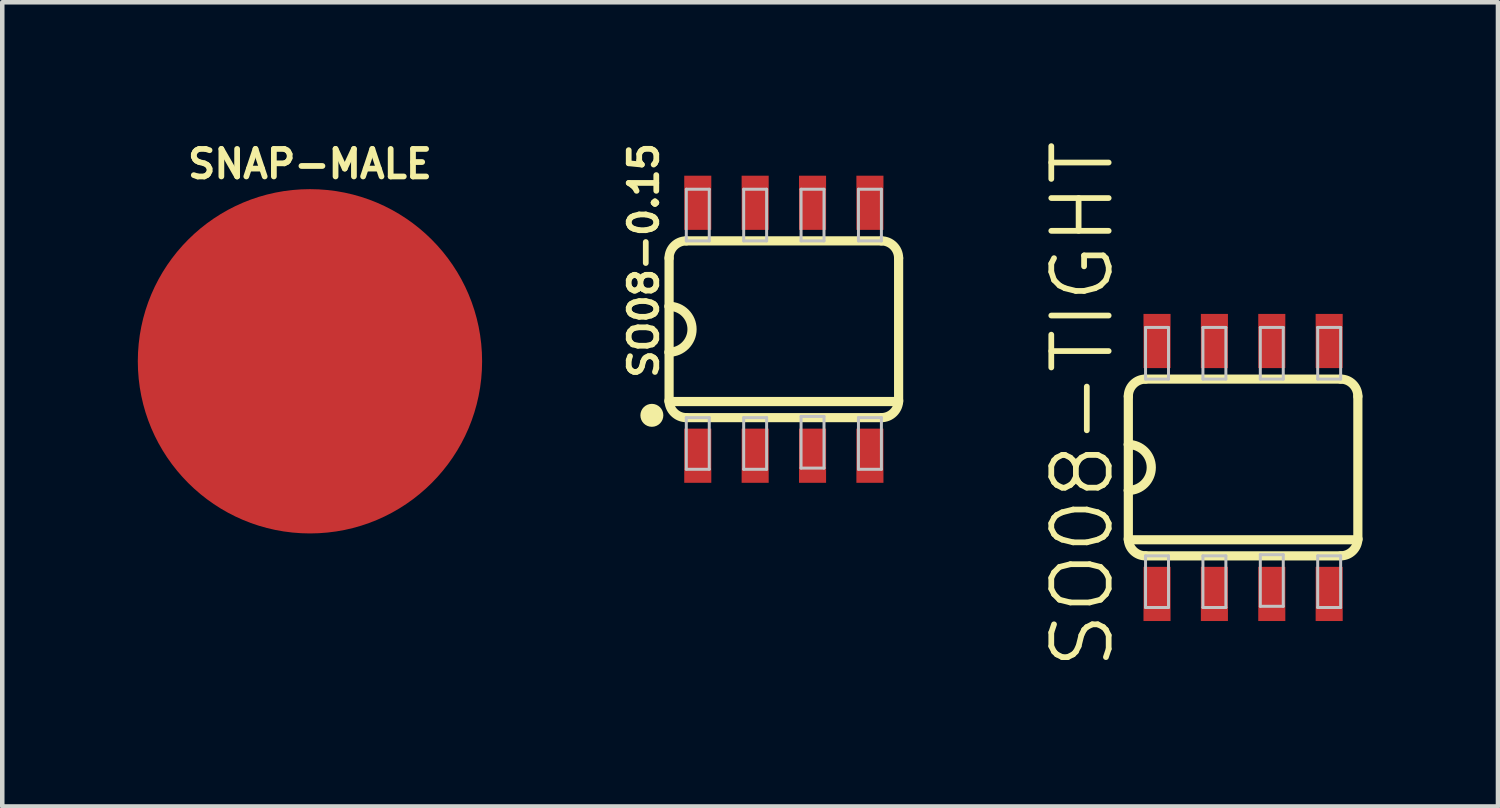
<source format=kicad_pcb>
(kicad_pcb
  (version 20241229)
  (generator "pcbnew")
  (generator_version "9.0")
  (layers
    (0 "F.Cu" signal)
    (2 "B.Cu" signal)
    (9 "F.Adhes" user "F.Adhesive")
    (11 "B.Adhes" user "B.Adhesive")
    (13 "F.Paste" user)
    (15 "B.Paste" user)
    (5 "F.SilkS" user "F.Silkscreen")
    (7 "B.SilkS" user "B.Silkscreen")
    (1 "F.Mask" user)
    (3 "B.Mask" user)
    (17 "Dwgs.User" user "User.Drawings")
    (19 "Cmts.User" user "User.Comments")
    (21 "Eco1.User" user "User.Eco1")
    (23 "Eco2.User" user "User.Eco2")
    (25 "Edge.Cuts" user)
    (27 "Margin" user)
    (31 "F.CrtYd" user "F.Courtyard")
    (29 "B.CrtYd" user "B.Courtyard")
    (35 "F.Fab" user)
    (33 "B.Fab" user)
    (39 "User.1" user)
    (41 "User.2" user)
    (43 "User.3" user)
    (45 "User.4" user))
  (footprint "SNAP-MALE"
    (layer "F.Cu")
    (at 3.81 4.946)
    (property "Reference" "SNAP-MALE" (at 0 -4.366 0) (layer "F.SilkS") (effects (font (size 0.61 0.61) (thickness 0.127))))
    (attr smd)
    (pad "2" smd circle (at 0 0) (size 7.62 7.62) (layers "F.Cu" "F.Mask" "F.Paste")))
  (footprint "SO08-TIGHT"
    (layer "F.Cu")
    (at 24.462 7.296)
    (property "Reference" "SO08-TIGHT" (at -3.556 -1.397 90) (layer "F.SilkS") (effects (font (size 1.27 1.27) (thickness 0.127))))
    (attr smd)
    (fp_line (start -2.54 -1.575) (end -2.54 -0.508) (stroke (width 0.203) (type solid)) (layer "F.SilkS"))
    (fp_line (start -2.54 -0.508) (end -2.54 0.508) (stroke (width 0.203) (type solid)) (layer "F.SilkS"))
    (fp_line (start -2.54 0.508) (end -2.54 1.575) (stroke (width 0.203) (type solid)) (layer "F.SilkS"))
    (fp_line (start -2.54 1.6) (end 2.54 1.6) (stroke (width 0.203) (type solid)) (layer "F.SilkS"))
    (fp_line (start -2.159 1.956) (end 2.159 1.956) (stroke (width 0.203) (type solid)) (layer "F.SilkS"))
    (fp_line (start 2.159 -1.956) (end -2.159 -1.956) (stroke (width 0.203) (type solid)) (layer "F.SilkS"))
    (fp_line (start 2.54 1.575) (end 2.54 -1.575) (stroke (width 0.203) (type solid)) (layer "F.SilkS"))
    (fp_arc (start -2.54 -1.5748) (mid -2.428408 -1.844208) (end -2.159 -1.9558) (stroke (width 0.2032) (type solid)) (layer "F.SilkS"))
    (fp_arc (start -2.54 -0.508) (mid -2.032 0) (end -2.54 0.508) (stroke (width 0.2032) (type solid)) (layer "F.SilkS"))
    (fp_arc (start -2.159 1.9558) (mid -2.428408 1.844208) (end -2.54 1.5748) (stroke (width 0.2032) (type solid)) (layer "F.SilkS"))
    (fp_arc (start 2.159 -1.9558) (mid 2.428408 -1.844208) (end 2.54 -1.5748) (stroke (width 0.2032) (type solid)) (layer "F.SilkS"))
    (fp_arc (start 2.54 1.5748) (mid 2.428408 1.844208) (end 2.159 1.9558) (stroke (width 0.2032) (type solid)) (layer "F.SilkS"))
    (fp_line (start -2.159 -3.099) (end -1.651 -3.099) (stroke (width 0.066) (type solid)) (layer "Dwgs.User"))
    (fp_line (start -2.159 -1.956) (end -2.159 -3.099) (stroke (width 0.066) (type solid)) (layer "Dwgs.User"))
    (fp_line (start -2.159 -1.956) (end -1.651 -1.956) (stroke (width 0.066) (type solid)) (layer "Dwgs.User"))
    (fp_line (start -2.159 1.956) (end -1.651 1.956) (stroke (width 0.066) (type solid)) (layer "Dwgs.User"))
    (fp_line (start -2.159 3.099) (end -2.159 1.956) (stroke (width 0.066) (type solid)) (layer "Dwgs.User"))
    (fp_line (start -2.159 3.099) (end -1.651 3.099) (stroke (width 0.066) (type solid)) (layer "Dwgs.User"))
    (fp_line (start -1.651 -1.956) (end -1.651 -3.099) (stroke (width 0.066) (type solid)) (layer "Dwgs.User"))
    (fp_line (start -1.651 3.099) (end -1.651 1.956) (stroke (width 0.066) (type solid)) (layer "Dwgs.User"))
    (fp_line (start -0.889 -3.099) (end -0.381 -3.099) (stroke (width 0.066) (type solid)) (layer "Dwgs.User"))
    (fp_line (start -0.889 -1.956) (end -0.889 -3.099) (stroke (width 0.066) (type solid)) (layer "Dwgs.User"))
    (fp_line (start -0.889 -1.956) (end -0.381 -1.956) (stroke (width 0.066) (type solid)) (layer "Dwgs.User"))
    (fp_line (start -0.889 1.956) (end -0.381 1.956) (stroke (width 0.066) (type solid)) (layer "Dwgs.User"))
    (fp_line (start -0.889 3.099) (end -0.889 1.956) (stroke (width 0.066) (type solid)) (layer "Dwgs.User"))
    (fp_line (start -0.889 3.099) (end -0.381 3.099) (stroke (width 0.066) (type solid)) (layer "Dwgs.User"))
    (fp_line (start -0.381 -1.956) (end -0.381 -3.099) (stroke (width 0.066) (type solid)) (layer "Dwgs.User"))
    (fp_line (start -0.381 3.099) (end -0.381 1.956) (stroke (width 0.066) (type solid)) (layer "Dwgs.User"))
    (fp_line (start 0.381 -3.099) (end 0.889 -3.099) (stroke (width 0.066) (type solid)) (layer "Dwgs.User"))
    (fp_line (start 0.381 -1.956) (end 0.381 -3.099) (stroke (width 0.066) (type solid)) (layer "Dwgs.User"))
    (fp_line (start 0.381 -1.956) (end 0.889 -1.956) (stroke (width 0.066) (type solid)) (layer "Dwgs.User"))
    (fp_line (start 0.381 1.93) (end 0.889 1.93) (stroke (width 0.066) (type solid)) (layer "Dwgs.User"))
    (fp_line (start 0.381 3.073) (end 0.381 1.93) (stroke (width 0.066) (type solid)) (layer "Dwgs.User"))
    (fp_line (start 0.381 3.073) (end 0.889 3.073) (stroke (width 0.066) (type solid)) (layer "Dwgs.User"))
    (fp_line (start 0.889 -1.956) (end 0.889 -3.099) (stroke (width 0.066) (type solid)) (layer "Dwgs.User"))
    (fp_line (start 0.889 3.073) (end 0.889 1.93) (stroke (width 0.066) (type solid)) (layer "Dwgs.User"))
    (fp_line (start 1.651 -3.099) (end 2.159 -3.099) (stroke (width 0.066) (type solid)) (layer "Dwgs.User"))
    (fp_line (start 1.651 -1.956) (end 1.651 -3.099) (stroke (width 0.066) (type solid)) (layer "Dwgs.User"))
    (fp_line (start 1.651 -1.956) (end 2.159 -1.956) (stroke (width 0.066) (type solid)) (layer "Dwgs.User"))
    (fp_line (start 1.651 1.956) (end 2.159 1.956) (stroke (width 0.066) (type solid)) (layer "Dwgs.User"))
    (fp_line (start 1.651 3.099) (end 1.651 1.956) (stroke (width 0.066) (type solid)) (layer "Dwgs.User"))
    (fp_line (start 1.651 3.099) (end 2.159 3.099) (stroke (width 0.066) (type solid)) (layer "Dwgs.User"))
    (fp_line (start 2.159 -1.956) (end 2.159 -3.099) (stroke (width 0.066) (type solid)) (layer "Dwgs.User"))
    (fp_line (start 2.159 3.099) (end 2.159 1.956) (stroke (width 0.066) (type solid)) (layer "Dwgs.User"))
    (pad "1" smd rect (at -1.905 2.799) (size 0.599 1.199) (layers "F.Cu" "F.Mask" "F.Paste"))
    (pad "2" smd rect (at -0.635 2.799) (size 0.599 1.199) (layers "F.Cu" "F.Mask" "F.Paste"))
    (pad "3" smd rect (at 0.635 2.799) (size 0.599 1.199) (layers "F.Cu" "F.Mask" "F.Paste"))
    (pad "4" smd rect (at 1.905 2.799) (size 0.599 1.199) (layers "F.Cu" "F.Mask" "F.Paste"))
    (pad "5" smd rect (at 1.905 -2.799) (size 0.599 1.199) (layers "F.Cu" "F.Mask" "F.Paste"))
    (pad "6" smd rect (at 0.635 -2.799) (size 0.599 1.199) (layers "F.Cu" "F.Mask" "F.Paste"))
    (pad "7" smd rect (at -0.635 -2.799) (size 0.599 1.199) (layers "F.Cu" "F.Mask" "F.Paste"))
    (pad "8" smd rect (at -1.905 -2.799) (size 0.599 1.199) (layers "F.Cu" "F.Mask" "F.Paste")))
  (footprint "SO08-0.15"
    (layer "F.Cu")
    (at 14.298 4.237)
    (property "Reference" "SO08-0.15" (at -3.099 -1.524 90) (layer "F.SilkS") (effects (font (size 0.61 0.61) (thickness 0.127))))
    (attr smd)
    (fp_line (start -2.54 -1.575) (end -2.54 -0.508) (stroke (width 0.203) (type solid)) (layer "F.SilkS"))
    (fp_line (start -2.54 -0.508) (end -2.54 0.508) (stroke (width 0.203) (type solid)) (layer "F.SilkS"))
    (fp_line (start -2.54 0.508) (end -2.54 1.575) (stroke (width 0.203) (type solid)) (layer "F.SilkS"))
    (fp_line (start -2.54 1.6) (end 2.54 1.6) (stroke (width 0.203) (type solid)) (layer "F.SilkS"))
    (fp_line (start -2.159 1.956) (end 2.159 1.956) (stroke (width 0.203) (type solid)) (layer "F.SilkS"))
    (fp_line (start 2.159 -1.956) (end -2.159 -1.956) (stroke (width 0.203) (type solid)) (layer "F.SilkS"))
    (fp_line (start 2.54 1.575) (end 2.54 -1.575) (stroke (width 0.203) (type solid)) (layer "F.SilkS"))
    (fp_arc (start -2.54 -1.5748) (mid -2.428408 -1.844208) (end -2.159 -1.9558) (stroke (width 0.2032) (type solid)) (layer "F.SilkS"))
    (fp_arc (start -2.54 -0.508) (mid -2.032 0) (end -2.54 0.508) (stroke (width 0.2032) (type solid)) (layer "F.SilkS"))
    (fp_arc (start -2.159 1.9558) (mid -2.428408 1.844208) (end -2.54 1.5748) (stroke (width 0.2032) (type solid)) (layer "F.SilkS"))
    (fp_arc (start 2.159 -1.9558) (mid 2.428408 -1.844208) (end 2.54 -1.5748) (stroke (width 0.2032) (type solid)) (layer "F.SilkS"))
    (fp_arc (start 2.54 1.5748) (mid 2.428408 1.844208) (end 2.159 1.9558) (stroke (width 0.2032) (type solid)) (layer "F.SilkS"))
    (fp_circle (center -2.921 1.905) (end -2.921 1.651) (stroke (width 0) (type solid)) (fill yes) (layer "F.SilkS"))
    (fp_line (start -2.159 -3.099) (end -1.651 -3.099) (stroke (width 0.066) (type solid)) (layer "Dwgs.User"))
    (fp_line (start -2.159 -1.956) (end -2.159 -3.099) (stroke (width 0.066) (type solid)) (layer "Dwgs.User"))
    (fp_line (start -2.159 -1.956) (end -1.651 -1.956) (stroke (width 0.066) (type solid)) (layer "Dwgs.User"))
    (fp_line (start -2.159 1.956) (end -1.651 1.956) (stroke (width 0.066) (type solid)) (layer "Dwgs.User"))
    (fp_line (start -2.159 3.099) (end -2.159 1.956) (stroke (width 0.066) (type solid)) (layer "Dwgs.User"))
    (fp_line (start -2.159 3.099) (end -1.651 3.099) (stroke (width 0.066) (type solid)) (layer "Dwgs.User"))
    (fp_line (start -1.651 -1.956) (end -1.651 -3.099) (stroke (width 0.066) (type solid)) (layer "Dwgs.User"))
    (fp_line (start -1.651 3.099) (end -1.651 1.956) (stroke (width 0.066) (type solid)) (layer "Dwgs.User"))
    (fp_line (start -0.889 -3.099) (end -0.381 -3.099) (stroke (width 0.066) (type solid)) (layer "Dwgs.User"))
    (fp_line (start -0.889 -1.956) (end -0.889 -3.099) (stroke (width 0.066) (type solid)) (layer "Dwgs.User"))
    (fp_line (start -0.889 -1.956) (end -0.381 -1.956) (stroke (width 0.066) (type solid)) (layer "Dwgs.User"))
    (fp_line (start -0.889 1.956) (end -0.381 1.956) (stroke (width 0.066) (type solid)) (layer "Dwgs.User"))
    (fp_line (start -0.889 3.099) (end -0.889 1.956) (stroke (width 0.066) (type solid)) (layer "Dwgs.User"))
    (fp_line (start -0.889 3.099) (end -0.381 3.099) (stroke (width 0.066) (type solid)) (layer "Dwgs.User"))
    (fp_line (start -0.381 -1.956) (end -0.381 -3.099) (stroke (width 0.066) (type solid)) (layer "Dwgs.User"))
    (fp_line (start -0.381 3.099) (end -0.381 1.956) (stroke (width 0.066) (type solid)) (layer "Dwgs.User"))
    (fp_line (start 0.381 -3.099) (end 0.889 -3.099) (stroke (width 0.066) (type solid)) (layer "Dwgs.User"))
    (fp_line (start 0.381 -1.956) (end 0.381 -3.099) (stroke (width 0.066) (type solid)) (layer "Dwgs.User"))
    (fp_line (start 0.381 -1.956) (end 0.889 -1.956) (stroke (width 0.066) (type solid)) (layer "Dwgs.User"))
    (fp_line (start 0.381 1.93) (end 0.889 1.93) (stroke (width 0.066) (type solid)) (layer "Dwgs.User"))
    (fp_line (start 0.381 3.073) (end 0.381 1.93) (stroke (width 0.066) (type solid)) (layer "Dwgs.User"))
    (fp_line (start 0.381 3.073) (end 0.889 3.073) (stroke (width 0.066) (type solid)) (layer "Dwgs.User"))
    (fp_line (start 0.889 -1.956) (end 0.889 -3.099) (stroke (width 0.066) (type solid)) (layer "Dwgs.User"))
    (fp_line (start 0.889 3.073) (end 0.889 1.93) (stroke (width 0.066) (type solid)) (layer "Dwgs.User"))
    (fp_line (start 1.651 -3.099) (end 2.159 -3.099) (stroke (width 0.066) (type solid)) (layer "Dwgs.User"))
    (fp_line (start 1.651 -1.956) (end 1.651 -3.099) (stroke (width 0.066) (type solid)) (layer "Dwgs.User"))
    (fp_line (start 1.651 -1.956) (end 2.159 -1.956) (stroke (width 0.066) (type solid)) (layer "Dwgs.User"))
    (fp_line (start 1.651 1.956) (end 2.159 1.956) (stroke (width 0.066) (type solid)) (layer "Dwgs.User"))
    (fp_line (start 1.651 3.099) (end 1.651 1.956) (stroke (width 0.066) (type solid)) (layer "Dwgs.User"))
    (fp_line (start 1.651 3.099) (end 2.159 3.099) (stroke (width 0.066) (type solid)) (layer "Dwgs.User"))
    (fp_line (start 2.159 -1.956) (end 2.159 -3.099) (stroke (width 0.066) (type solid)) (layer "Dwgs.User"))
    (fp_line (start 2.159 3.099) (end 2.159 1.956) (stroke (width 0.066) (type solid)) (layer "Dwgs.User"))
    (pad "1" smd rect (at -1.905 2.799) (size 0.599 1.199) (layers "F.Cu" "F.Mask" "F.Paste"))
    (pad "2" smd rect (at -0.635 2.799) (size 0.599 1.199) (layers "F.Cu" "F.Mask" "F.Paste"))
    (pad "3" smd rect (at 0.635 2.799) (size 0.599 1.199) (layers "F.Cu" "F.Mask" "F.Paste"))
    (pad "4" smd rect (at 1.905 2.799) (size 0.599 1.199) (layers "F.Cu" "F.Mask" "F.Paste"))
    (pad "5" smd rect (at 1.905 -2.799) (size 0.599 1.199) (layers "F.Cu" "F.Mask" "F.Paste"))
    (pad "6" smd rect (at 0.635 -2.799) (size 0.599 1.199) (layers "F.Cu" "F.Mask" "F.Paste"))
    (pad "7" smd rect (at -0.635 -2.799) (size 0.599 1.199) (layers "F.Cu" "F.Mask" "F.Paste"))
    (pad "8" smd rect (at -1.905 -2.799) (size 0.599 1.199) (layers "F.Cu" "F.Mask" "F.Paste")))
  (gr_rect
    (start -3 -3)
    (end 30.103 14.799)
    (stroke (width 0.1) (type default))
    (fill no)
    (layer "Edge.Cuts")))
</source>
